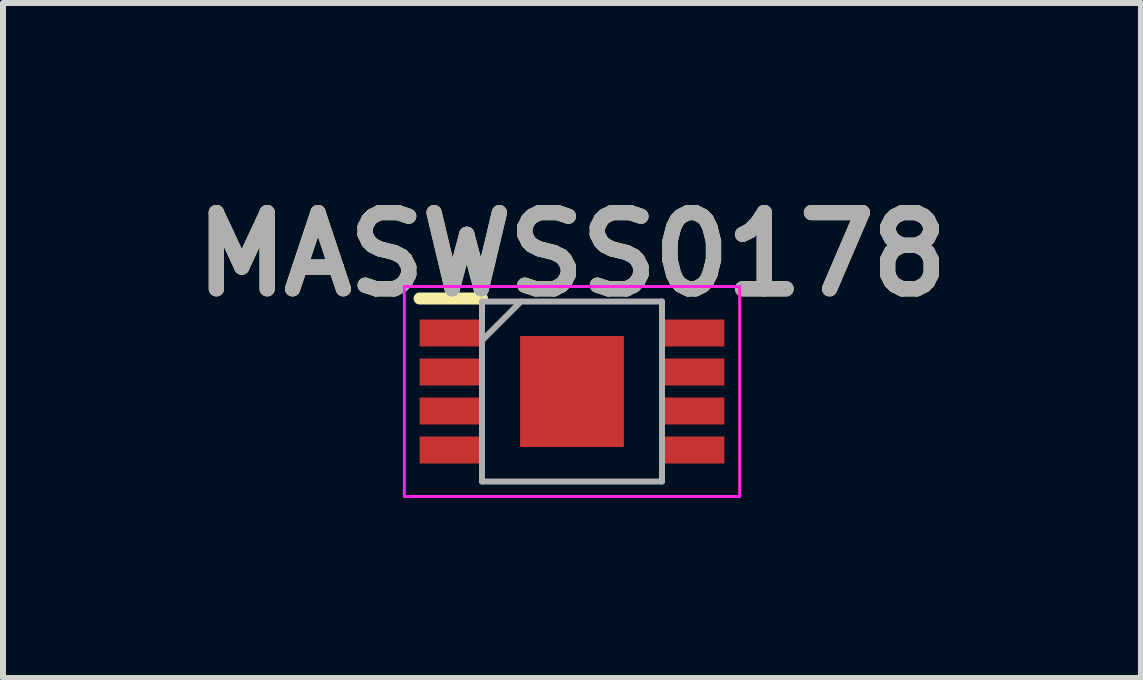
<source format=kicad_pcb>
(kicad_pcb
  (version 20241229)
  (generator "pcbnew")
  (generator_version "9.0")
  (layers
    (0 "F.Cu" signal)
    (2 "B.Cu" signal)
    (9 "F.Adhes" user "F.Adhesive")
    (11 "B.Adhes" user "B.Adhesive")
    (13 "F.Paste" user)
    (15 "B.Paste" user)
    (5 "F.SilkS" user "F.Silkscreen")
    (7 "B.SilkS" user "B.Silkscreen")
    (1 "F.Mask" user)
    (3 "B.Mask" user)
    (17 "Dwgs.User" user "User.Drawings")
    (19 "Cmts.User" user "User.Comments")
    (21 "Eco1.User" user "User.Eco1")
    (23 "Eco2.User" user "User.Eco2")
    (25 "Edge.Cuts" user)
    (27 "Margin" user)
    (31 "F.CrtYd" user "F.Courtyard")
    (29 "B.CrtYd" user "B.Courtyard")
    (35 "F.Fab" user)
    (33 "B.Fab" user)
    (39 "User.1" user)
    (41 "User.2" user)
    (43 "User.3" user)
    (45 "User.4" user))
  (footprint "MASWSS0178"
    (layer "F.Cu")
    (at 6.483 3.475)
    (property "Reference" "MASWSS0178" (at 0 -2.286 0) (layer "F.SilkS") (effects (font (size 1.27 1.27) (thickness 0.254))))
    (attr smd)
    (fp_line (start -2.54 -1.55) (end -1.5 -1.55) (stroke (width 0.2) (type solid)) (layer "F.SilkS"))
    (fp_line (start -2.794 -1.75) (end 2.794 -1.75) (stroke (width 0.05) (type solid)) (layer "F.CrtYd"))
    (fp_line (start -2.794 1.75) (end -2.794 -1.75) (stroke (width 0.05) (type solid)) (layer "F.CrtYd"))
    (fp_line (start 2.794 -1.75) (end 2.794 1.75) (stroke (width 0.05) (type solid)) (layer "F.CrtYd"))
    (fp_line (start 2.794 1.75) (end -2.794 1.75) (stroke (width 0.05) (type solid)) (layer "F.CrtYd"))
    (fp_line (start -1.5 -1.5) (end 1.5 -1.5) (stroke (width 0.1) (type solid)) (layer "F.Fab"))
    (fp_line (start -1.5 -0.85) (end -0.85 -1.5) (stroke (width 0.1) (type solid)) (layer "F.Fab"))
    (fp_line (start -1.5 1.5) (end -1.5 -1.5) (stroke (width 0.1) (type solid)) (layer "F.Fab"))
    (fp_line (start 1.5 -1.5) (end 1.5 1.5) (stroke (width 0.1) (type solid)) (layer "F.Fab"))
    (fp_line (start 1.5 1.5) (end -1.5 1.5) (stroke (width 0.1) (type solid)) (layer "F.Fab"))
    (fp_text user "${REFERENCE}" (at 0 -2.286 0) (layer "F.Fab") (effects (font (size 1.27 1.27) (thickness 0.254))))
    (pad "1" smd rect (at -2.02 -0.975 90) (size 0.45 1.04) (layers "F.Cu" "F.Mask" "F.Paste"))
    (pad "2" smd rect (at -2.02 -0.325 90) (size 0.45 1.04) (layers "F.Cu" "F.Mask" "F.Paste"))
    (pad "3" smd rect (at -2.02 0.325 90) (size 0.45 1.04) (layers "F.Cu" "F.Mask" "F.Paste"))
    (pad "4" smd rect (at -2.02 0.975 90) (size 0.45 1.04) (layers "F.Cu" "F.Mask" "F.Paste"))
    (pad "5" smd rect (at 2.02 0.975 90) (size 0.45 1.04) (layers "F.Cu" "F.Mask" "F.Paste"))
    (pad "6" smd rect (at 2.02 0.325 90) (size 0.45 1.04) (layers "F.Cu" "F.Mask" "F.Paste"))
    (pad "7" smd rect (at 2.02 -0.325 90) (size 0.45 1.04) (layers "F.Cu" "F.Mask" "F.Paste"))
    (pad "8" smd rect (at 2.02 -0.975 90) (size 0.45 1.04) (layers "F.Cu" "F.Mask" "F.Paste"))
    (pad "9" smd rect (at 0 0) (size 1.73 1.85) (layers "F.Cu" "F.Mask" "F.Paste")))
  (gr_rect
    (start -3 -3)
    (end 15.966 8.25)
    (stroke (width 0.1) (type default))
    (fill no)
    (layer "Edge.Cuts")))
</source>
